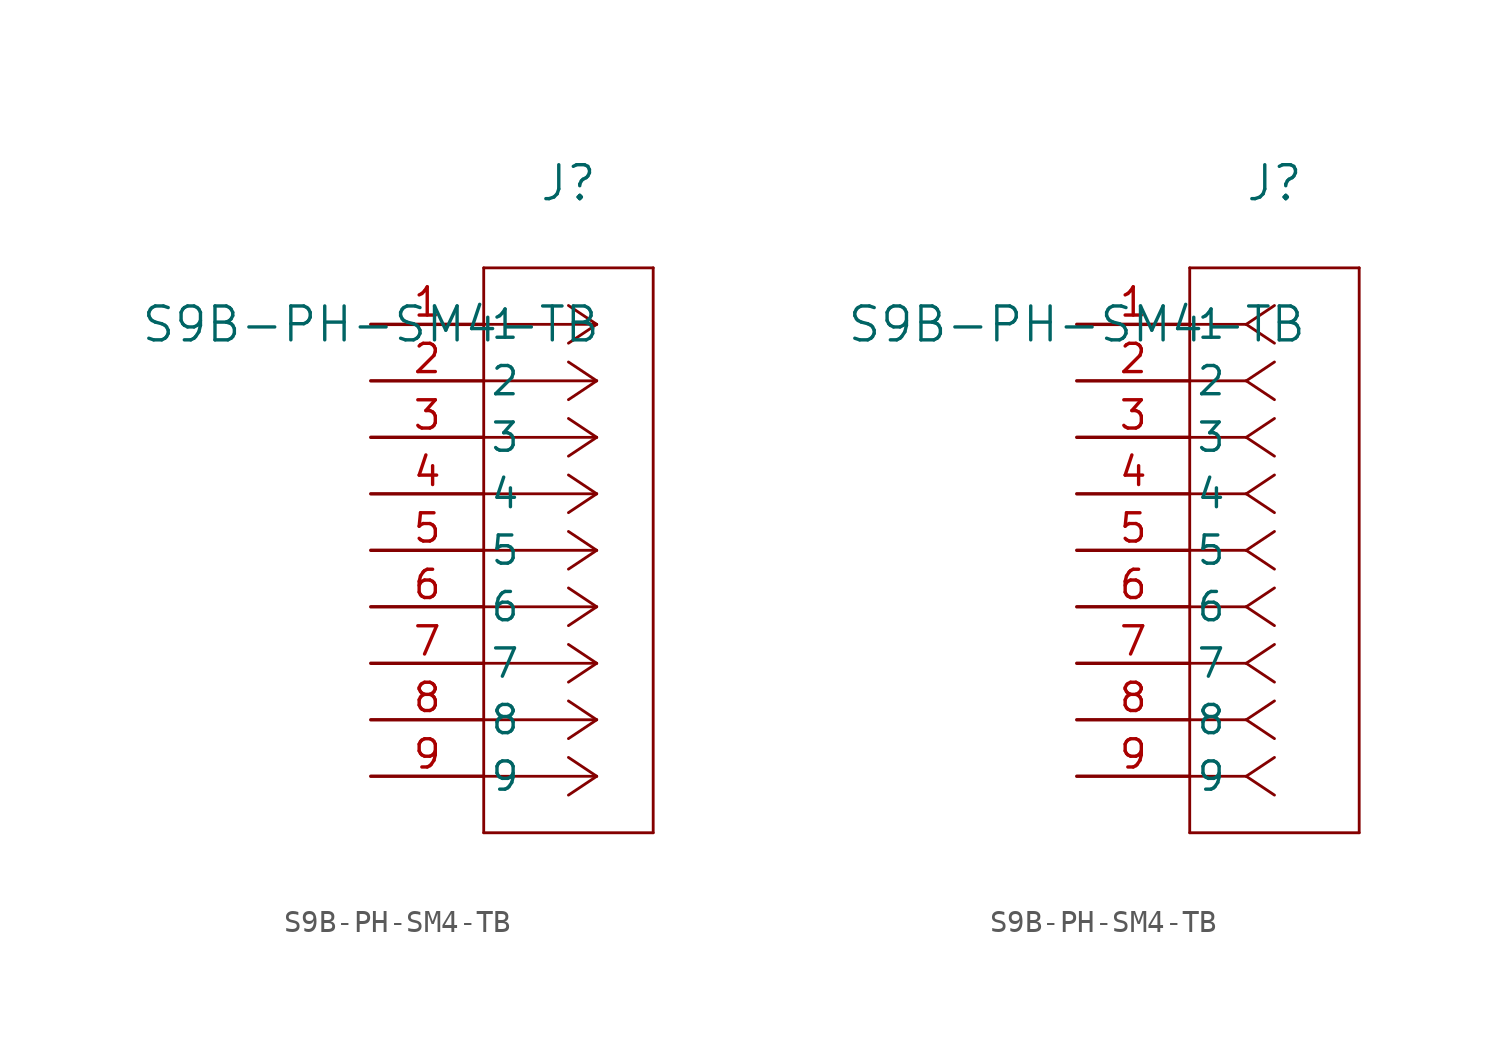
<source format=kicad_sym>
(kicad_symbol_lib
  (version 20211014)
  (generator kicad_symbol_editor)
  (symbol "S9B-PH-SM4-TB"
    (pin_names
      (offset 0.254))
    (property "Reference" "J"
      (at 8.89 6.35 0)
      (effects (font (size 1.524 1.524))))
    (property "Value" "S9B-PH-SM4-TB"
      (at 0 0 0)
      (effects (font (size 1.524 1.524))))
    (symbol "S9B-PH-SM4-TB_1_1"
      (polyline (pts (xy 10.16 0) (xy 5.08 0)) (stroke (width 0.127) (type default) (color 0 0 0 0)) (fill (type none)))
      (polyline (pts (xy 10.16 -2.54) (xy 5.08 -2.54)) (stroke (width 0.127) (type default) (color 0 0 0 0)) (fill (type none)))
      (polyline (pts (xy 10.16 -5.08) (xy 5.08 -5.08)) (stroke (width 0.127) (type default) (color 0 0 0 0)) (fill (type none)))
      (polyline (pts (xy 10.16 -7.62) (xy 5.08 -7.62)) (stroke (width 0.127) (type default) (color 0 0 0 0)) (fill (type none)))
      (polyline (pts (xy 10.16 -10.16) (xy 5.08 -10.16)) (stroke (width 0.127) (type default) (color 0 0 0 0)) (fill (type none)))
      (polyline (pts (xy 10.16 -12.7) (xy 5.08 -12.7)) (stroke (width 0.127) (type default) (color 0 0 0 0)) (fill (type none)))
      (polyline (pts (xy 10.16 -15.24) (xy 5.08 -15.24)) (stroke (width 0.127) (type default) (color 0 0 0 0)) (fill (type none)))
      (polyline (pts (xy 10.16 -17.78) (xy 5.08 -17.78)) (stroke (width 0.127) (type default) (color 0 0 0 0)) (fill (type none)))
      (polyline (pts (xy 10.16 -20.32) (xy 5.08 -20.32)) (stroke (width 0.127) (type default) (color 0 0 0 0)) (fill (type none)))
      (polyline (pts (xy 10.16 0) (xy 8.89 0.847)) (stroke (width 0.127) (type default) (color 0 0 0 0)) (fill (type none)))
      (polyline (pts (xy 10.16 -2.54) (xy 8.89 -1.693)) (stroke (width 0.127) (type default) (color 0 0 0 0)) (fill (type none)))
      (polyline (pts (xy 10.16 -5.08) (xy 8.89 -4.233)) (stroke (width 0.127) (type default) (color 0 0 0 0)) (fill (type none)))
      (polyline (pts (xy 10.16 -7.62) (xy 8.89 -6.773)) (stroke (width 0.127) (type default) (color 0 0 0 0)) (fill (type none)))
      (polyline (pts (xy 10.16 -10.16) (xy 8.89 -9.313)) (stroke (width 0.127) (type default) (color 0 0 0 0)) (fill (type none)))
      (polyline (pts (xy 10.16 -12.7) (xy 8.89 -11.853)) (stroke (width 0.127) (type default) (color 0 0 0 0)) (fill (type none)))
      (polyline (pts (xy 10.16 -15.24) (xy 8.89 -14.393)) (stroke (width 0.127) (type default) (color 0 0 0 0)) (fill (type none)))
      (polyline (pts (xy 10.16 -17.78) (xy 8.89 -16.933)) (stroke (width 0.127) (type default) (color 0 0 0 0)) (fill (type none)))
      (polyline (pts (xy 10.16 -20.32) (xy 8.89 -19.473)) (stroke (width 0.127) (type default) (color 0 0 0 0)) (fill (type none)))
      (polyline (pts (xy 10.16 0) (xy 8.89 -0.847)) (stroke (width 0.127) (type default) (color 0 0 0 0)) (fill (type none)))
      (polyline (pts (xy 10.16 -2.54) (xy 8.89 -3.387)) (stroke (width 0.127) (type default) (color 0 0 0 0)) (fill (type none)))
      (polyline (pts (xy 10.16 -5.08) (xy 8.89 -5.927)) (stroke (width 0.127) (type default) (color 0 0 0 0)) (fill (type none)))
      (polyline (pts (xy 10.16 -7.62) (xy 8.89 -8.467)) (stroke (width 0.127) (type default) (color 0 0 0 0)) (fill (type none)))
      (polyline (pts (xy 10.16 -10.16) (xy 8.89 -11.007)) (stroke (width 0.127) (type default) (color 0 0 0 0)) (fill (type none)))
      (polyline (pts (xy 10.16 -12.7) (xy 8.89 -13.547)) (stroke (width 0.127) (type default) (color 0 0 0 0)) (fill (type none)))
      (polyline (pts (xy 10.16 -15.24) (xy 8.89 -16.087)) (stroke (width 0.127) (type default) (color 0 0 0 0)) (fill (type none)))
      (polyline (pts (xy 10.16 -17.78) (xy 8.89 -18.627)) (stroke (width 0.127) (type default) (color 0 0 0 0)) (fill (type none)))
      (polyline (pts (xy 10.16 -20.32) (xy 8.89 -21.167)) (stroke (width 0.127) (type default) (color 0 0 0 0)) (fill (type none)))
      (polyline (pts (xy 5.08 2.54) (xy 5.08 -22.86)) (stroke (width 0.127) (type default) (color 0 0 0 0)) (fill (type none)))
      (polyline (pts (xy 5.08 -22.86) (xy 12.7 -22.86)) (stroke (width 0.127) (type default) (color 0 0 0 0)) (fill (type none)))
      (polyline (pts (xy 12.7 -22.86) (xy 12.7 2.54)) (stroke (width 0.127) (type default) (color 0 0 0 0)) (fill (type none)))
      (polyline (pts (xy 12.7 2.54) (xy 5.08 2.54)) (stroke (width 0.127) (type default) (color 0 0 0 0)) (fill (type none)))
      (pin unspecified line (at 0 0 0) (length 5.08) (name "1" (effects (font (size 1.27 1.27)))) (number "1" (effects (font (size 1.27 1.27)))))
      (pin unspecified line (at 0 -2.54 0) (length 5.08) (name "2" (effects (font (size 1.27 1.27)))) (number "2" (effects (font (size 1.27 1.27)))))
      (pin unspecified line (at 0 -5.08 0) (length 5.08) (name "3" (effects (font (size 1.27 1.27)))) (number "3" (effects (font (size 1.27 1.27)))))
      (pin unspecified line (at 0 -7.62 0) (length 5.08) (name "4" (effects (font (size 1.27 1.27)))) (number "4" (effects (font (size 1.27 1.27)))))
      (pin unspecified line (at 0 -10.16 0) (length 5.08) (name "5" (effects (font (size 1.27 1.27)))) (number "5" (effects (font (size 1.27 1.27)))))
      (pin unspecified line (at 0 -12.7 0) (length 5.08) (name "6" (effects (font (size 1.27 1.27)))) (number "6" (effects (font (size 1.27 1.27)))))
      (pin unspecified line (at 0 -15.24 0) (length 5.08) (name "7" (effects (font (size 1.27 1.27)))) (number "7" (effects (font (size 1.27 1.27)))))
      (pin unspecified line (at 0 -17.78 0) (length 5.08) (name "8" (effects (font (size 1.27 1.27)))) (number "8" (effects (font (size 1.27 1.27)))))
      (pin unspecified line (at 0 -20.32 0) (length 5.08) (name "9" (effects (font (size 1.27 1.27)))) (number "9" (effects (font (size 1.27 1.27))))))
    (symbol "S9B-PH-SM4-TB_1_2"
      (polyline (pts (xy 7.62 0) (xy 5.08 0)) (stroke (width 0.127) (type default) (color 0 0 0 0)) (fill (type none)))
      (polyline (pts (xy 7.62 -2.54) (xy 5.08 -2.54)) (stroke (width 0.127) (type default) (color 0 0 0 0)) (fill (type none)))
      (polyline (pts (xy 7.62 -5.08) (xy 5.08 -5.08)) (stroke (width 0.127) (type default) (color 0 0 0 0)) (fill (type none)))
      (polyline (pts (xy 7.62 -7.62) (xy 5.08 -7.62)) (stroke (width 0.127) (type default) (color 0 0 0 0)) (fill (type none)))
      (polyline (pts (xy 7.62 -10.16) (xy 5.08 -10.16)) (stroke (width 0.127) (type default) (color 0 0 0 0)) (fill (type none)))
      (polyline (pts (xy 7.62 -12.7) (xy 5.08 -12.7)) (stroke (width 0.127) (type default) (color 0 0 0 0)) (fill (type none)))
      (polyline (pts (xy 7.62 -15.24) (xy 5.08 -15.24)) (stroke (width 0.127) (type default) (color 0 0 0 0)) (fill (type none)))
      (polyline (pts (xy 7.62 -17.78) (xy 5.08 -17.78)) (stroke (width 0.127) (type default) (color 0 0 0 0)) (fill (type none)))
      (polyline (pts (xy 7.62 -20.32) (xy 5.08 -20.32)) (stroke (width 0.127) (type default) (color 0 0 0 0)) (fill (type none)))
      (polyline (pts (xy 7.62 0) (xy 8.89 0.847)) (stroke (width 0.127) (type default) (color 0 0 0 0)) (fill (type none)))
      (polyline (pts (xy 7.62 -2.54) (xy 8.89 -1.693)) (stroke (width 0.127) (type default) (color 0 0 0 0)) (fill (type none)))
      (polyline (pts (xy 7.62 -5.08) (xy 8.89 -4.233)) (stroke (width 0.127) (type default) (color 0 0 0 0)) (fill (type none)))
      (polyline (pts (xy 7.62 -7.62) (xy 8.89 -6.773)) (stroke (width 0.127) (type default) (color 0 0 0 0)) (fill (type none)))
      (polyline (pts (xy 7.62 -10.16) (xy 8.89 -9.313)) (stroke (width 0.127) (type default) (color 0 0 0 0)) (fill (type none)))
      (polyline (pts (xy 7.62 -12.7) (xy 8.89 -11.853)) (stroke (width 0.127) (type default) (color 0 0 0 0)) (fill (type none)))
      (polyline (pts (xy 7.62 -15.24) (xy 8.89 -14.393)) (stroke (width 0.127) (type default) (color 0 0 0 0)) (fill (type none)))
      (polyline (pts (xy 7.62 -17.78) (xy 8.89 -16.933)) (stroke (width 0.127) (type default) (color 0 0 0 0)) (fill (type none)))
      (polyline (pts (xy 7.62 -20.32) (xy 8.89 -19.473)) (stroke (width 0.127) (type default) (color 0 0 0 0)) (fill (type none)))
      (polyline (pts (xy 7.62 0) (xy 8.89 -0.847)) (stroke (width 0.127) (type default) (color 0 0 0 0)) (fill (type none)))
      (polyline (pts (xy 7.62 -2.54) (xy 8.89 -3.387)) (stroke (width 0.127) (type default) (color 0 0 0 0)) (fill (type none)))
      (polyline (pts (xy 7.62 -5.08) (xy 8.89 -5.927)) (stroke (width 0.127) (type default) (color 0 0 0 0)) (fill (type none)))
      (polyline (pts (xy 7.62 -7.62) (xy 8.89 -8.467)) (stroke (width 0.127) (type default) (color 0 0 0 0)) (fill (type none)))
      (polyline (pts (xy 7.62 -10.16) (xy 8.89 -11.007)) (stroke (width 0.127) (type default) (color 0 0 0 0)) (fill (type none)))
      (polyline (pts (xy 7.62 -12.7) (xy 8.89 -13.547)) (stroke (width 0.127) (type default) (color 0 0 0 0)) (fill (type none)))
      (polyline (pts (xy 7.62 -15.24) (xy 8.89 -16.087)) (stroke (width 0.127) (type default) (color 0 0 0 0)) (fill (type none)))
      (polyline (pts (xy 7.62 -17.78) (xy 8.89 -18.627)) (stroke (width 0.127) (type default) (color 0 0 0 0)) (fill (type none)))
      (polyline (pts (xy 7.62 -20.32) (xy 8.89 -21.167)) (stroke (width 0.127) (type default) (color 0 0 0 0)) (fill (type none)))
      (polyline (pts (xy 5.08 2.54) (xy 5.08 -22.86)) (stroke (width 0.127) (type default) (color 0 0 0 0)) (fill (type none)))
      (polyline (pts (xy 5.08 -22.86) (xy 12.7 -22.86)) (stroke (width 0.127) (type default) (color 0 0 0 0)) (fill (type none)))
      (polyline (pts (xy 12.7 -22.86) (xy 12.7 2.54)) (stroke (width 0.127) (type default) (color 0 0 0 0)) (fill (type none)))
      (polyline (pts (xy 12.7 2.54) (xy 5.08 2.54)) (stroke (width 0.127) (type default) (color 0 0 0 0)) (fill (type none)))
      (pin unspecified line (at 0 0 0) (length 5.08) (name "1" (effects (font (size 1.27 1.27)))) (number "1" (effects (font (size 1.27 1.27)))))
      (pin unspecified line (at 0 -2.54 0) (length 5.08) (name "2" (effects (font (size 1.27 1.27)))) (number "2" (effects (font (size 1.27 1.27)))))
      (pin unspecified line (at 0 -5.08 0) (length 5.08) (name "3" (effects (font (size 1.27 1.27)))) (number "3" (effects (font (size 1.27 1.27)))))
      (pin unspecified line (at 0 -7.62 0) (length 5.08) (name "4" (effects (font (size 1.27 1.27)))) (number "4" (effects (font (size 1.27 1.27)))))
      (pin unspecified line (at 0 -10.16 0) (length 5.08) (name "5" (effects (font (size 1.27 1.27)))) (number "5" (effects (font (size 1.27 1.27)))))
      (pin unspecified line (at 0 -12.7 0) (length 5.08) (name "6" (effects (font (size 1.27 1.27)))) (number "6" (effects (font (size 1.27 1.27)))))
      (pin unspecified line (at 0 -15.24 0) (length 5.08) (name "7" (effects (font (size 1.27 1.27)))) (number "7" (effects (font (size 1.27 1.27)))))
      (pin unspecified line (at 0 -17.78 0) (length 5.08) (name "8" (effects (font (size 1.27 1.27)))) (number "8" (effects (font (size 1.27 1.27)))))
      (pin unspecified line (at 0 -20.32 0) (length 5.08) (name "9" (effects (font (size 1.27 1.27)))) (number "9" (effects (font (size 1.27 1.27))))))))
</source>
